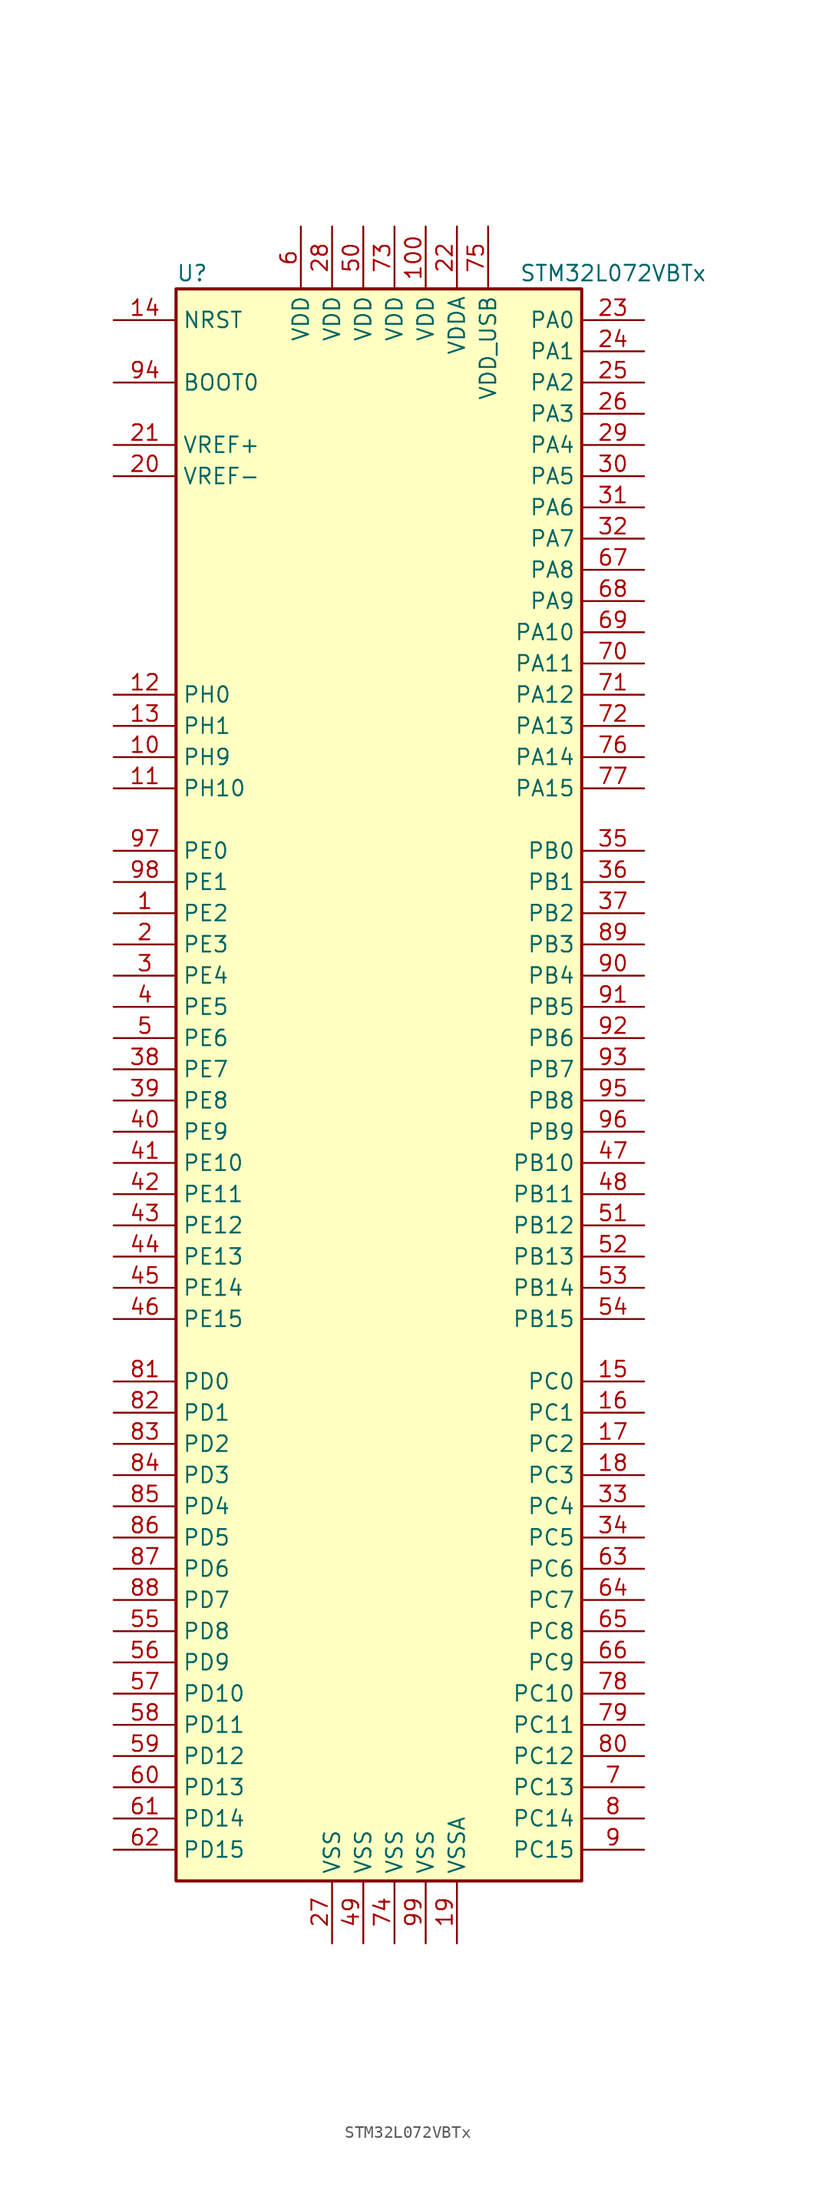
<source format=kicad_sym>
(kicad_symbol_lib
  (version 20201005)
  (generator kicad_symbol_editor)
  (symbol "MCU_ST_STM32L0:STM32L072VBTx"
    (property "Reference" "U"
      (at -17.78 64.77 0)
      (effects (font (size 1.27 1.27)) (justify left)))
    (property "Value" "STM32L072VBTx"
      (at 10.16 64.77 0)
      (effects (font (size 1.27 1.27)) (justify left)))
    (symbol "STM32L072VBTx_0_1"
      (rectangle (start -17.78 -66.04) (end 15.24 63.5) (stroke (width 0.254)) (fill (type background))))
    (symbol "STM32L072VBTx_1_1"
      (pin input line (at -22.86 55.88 0) (length 5.08) (name "BOOT0" (effects (font (size 1.27 1.27)))) (number "94" (effects (font (size 1.27 1.27)))))
      (pin input line (at -22.86 60.96 0) (length 5.08) (name "NRST" (effects (font (size 1.27 1.27)))) (number "14" (effects (font (size 1.27 1.27)))))
      (pin bidirectional line (at 20.32 60.96 180) (length 5.08) (name "PA0" (effects (font (size 1.27 1.27)))) (number "23" (effects (font (size 1.27 1.27)))))
      (pin bidirectional line (at 20.32 58.42 180) (length 5.08) (name "PA1" (effects (font (size 1.27 1.27)))) (number "24" (effects (font (size 1.27 1.27)))))
      (pin bidirectional line (at 20.32 35.56 180) (length 5.08) (name "PA10" (effects (font (size 1.27 1.27)))) (number "69" (effects (font (size 1.27 1.27)))))
      (pin bidirectional line (at 20.32 33.02 180) (length 5.08) (name "PA11" (effects (font (size 1.27 1.27)))) (number "70" (effects (font (size 1.27 1.27)))))
      (pin bidirectional line (at 20.32 30.48 180) (length 5.08) (name "PA12" (effects (font (size 1.27 1.27)))) (number "71" (effects (font (size 1.27 1.27)))))
      (pin bidirectional line (at 20.32 27.94 180) (length 5.08) (name "PA13" (effects (font (size 1.27 1.27)))) (number "72" (effects (font (size 1.27 1.27)))))
      (pin bidirectional line (at 20.32 25.4 180) (length 5.08) (name "PA14" (effects (font (size 1.27 1.27)))) (number "76" (effects (font (size 1.27 1.27)))))
      (pin bidirectional line (at 20.32 22.86 180) (length 5.08) (name "PA15" (effects (font (size 1.27 1.27)))) (number "77" (effects (font (size 1.27 1.27)))))
      (pin bidirectional line (at 20.32 55.88 180) (length 5.08) (name "PA2" (effects (font (size 1.27 1.27)))) (number "25" (effects (font (size 1.27 1.27)))))
      (pin bidirectional line (at 20.32 53.34 180) (length 5.08) (name "PA3" (effects (font (size 1.27 1.27)))) (number "26" (effects (font (size 1.27 1.27)))))
      (pin bidirectional line (at 20.32 50.8 180) (length 5.08) (name "PA4" (effects (font (size 1.27 1.27)))) (number "29" (effects (font (size 1.27 1.27)))))
      (pin bidirectional line (at 20.32 48.26 180) (length 5.08) (name "PA5" (effects (font (size 1.27 1.27)))) (number "30" (effects (font (size 1.27 1.27)))))
      (pin bidirectional line (at 20.32 45.72 180) (length 5.08) (name "PA6" (effects (font (size 1.27 1.27)))) (number "31" (effects (font (size 1.27 1.27)))))
      (pin bidirectional line (at 20.32 43.18 180) (length 5.08) (name "PA7" (effects (font (size 1.27 1.27)))) (number "32" (effects (font (size 1.27 1.27)))))
      (pin bidirectional line (at 20.32 40.64 180) (length 5.08) (name "PA8" (effects (font (size 1.27 1.27)))) (number "67" (effects (font (size 1.27 1.27)))))
      (pin bidirectional line (at 20.32 38.1 180) (length 5.08) (name "PA9" (effects (font (size 1.27 1.27)))) (number "68" (effects (font (size 1.27 1.27)))))
      (pin bidirectional line (at 20.32 17.78 180) (length 5.08) (name "PB0" (effects (font (size 1.27 1.27)))) (number "35" (effects (font (size 1.27 1.27)))))
      (pin bidirectional line (at 20.32 15.24 180) (length 5.08) (name "PB1" (effects (font (size 1.27 1.27)))) (number "36" (effects (font (size 1.27 1.27)))))
      (pin bidirectional line (at 20.32 -7.62 180) (length 5.08) (name "PB10" (effects (font (size 1.27 1.27)))) (number "47" (effects (font (size 1.27 1.27)))))
      (pin bidirectional line (at 20.32 -10.16 180) (length 5.08) (name "PB11" (effects (font (size 1.27 1.27)))) (number "48" (effects (font (size 1.27 1.27)))))
      (pin bidirectional line (at 20.32 -12.7 180) (length 5.08) (name "PB12" (effects (font (size 1.27 1.27)))) (number "51" (effects (font (size 1.27 1.27)))))
      (pin bidirectional line (at 20.32 -15.24 180) (length 5.08) (name "PB13" (effects (font (size 1.27 1.27)))) (number "52" (effects (font (size 1.27 1.27)))))
      (pin bidirectional line (at 20.32 -17.78 180) (length 5.08) (name "PB14" (effects (font (size 1.27 1.27)))) (number "53" (effects (font (size 1.27 1.27)))))
      (pin bidirectional line (at 20.32 -20.32 180) (length 5.08) (name "PB15" (effects (font (size 1.27 1.27)))) (number "54" (effects (font (size 1.27 1.27)))))
      (pin bidirectional line (at 20.32 12.7 180) (length 5.08) (name "PB2" (effects (font (size 1.27 1.27)))) (number "37" (effects (font (size 1.27 1.27)))))
      (pin bidirectional line (at 20.32 10.16 180) (length 5.08) (name "PB3" (effects (font (size 1.27 1.27)))) (number "89" (effects (font (size 1.27 1.27)))))
      (pin bidirectional line (at 20.32 7.62 180) (length 5.08) (name "PB4" (effects (font (size 1.27 1.27)))) (number "90" (effects (font (size 1.27 1.27)))))
      (pin bidirectional line (at 20.32 5.08 180) (length 5.08) (name "PB5" (effects (font (size 1.27 1.27)))) (number "91" (effects (font (size 1.27 1.27)))))
      (pin bidirectional line (at 20.32 2.54 180) (length 5.08) (name "PB6" (effects (font (size 1.27 1.27)))) (number "92" (effects (font (size 1.27 1.27)))))
      (pin bidirectional line (at 20.32 0 180) (length 5.08) (name "PB7" (effects (font (size 1.27 1.27)))) (number "93" (effects (font (size 1.27 1.27)))))
      (pin bidirectional line (at 20.32 -2.54 180) (length 5.08) (name "PB8" (effects (font (size 1.27 1.27)))) (number "95" (effects (font (size 1.27 1.27)))))
      (pin bidirectional line (at 20.32 -5.08 180) (length 5.08) (name "PB9" (effects (font (size 1.27 1.27)))) (number "96" (effects (font (size 1.27 1.27)))))
      (pin bidirectional line (at 20.32 -25.4 180) (length 5.08) (name "PC0" (effects (font (size 1.27 1.27)))) (number "15" (effects (font (size 1.27 1.27)))))
      (pin bidirectional line (at 20.32 -27.94 180) (length 5.08) (name "PC1" (effects (font (size 1.27 1.27)))) (number "16" (effects (font (size 1.27 1.27)))))
      (pin bidirectional line (at 20.32 -50.8 180) (length 5.08) (name "PC10" (effects (font (size 1.27 1.27)))) (number "78" (effects (font (size 1.27 1.27)))))
      (pin bidirectional line (at 20.32 -53.34 180) (length 5.08) (name "PC11" (effects (font (size 1.27 1.27)))) (number "79" (effects (font (size 1.27 1.27)))))
      (pin bidirectional line (at 20.32 -55.88 180) (length 5.08) (name "PC12" (effects (font (size 1.27 1.27)))) (number "80" (effects (font (size 1.27 1.27)))))
      (pin bidirectional line (at 20.32 -58.42 180) (length 5.08) (name "PC13" (effects (font (size 1.27 1.27)))) (number "7" (effects (font (size 1.27 1.27)))))
      (pin bidirectional line (at 20.32 -60.96 180) (length 5.08) (name "PC14" (effects (font (size 1.27 1.27)))) (number "8" (effects (font (size 1.27 1.27)))))
      (pin bidirectional line (at 20.32 -63.5 180) (length 5.08) (name "PC15" (effects (font (size 1.27 1.27)))) (number "9" (effects (font (size 1.27 1.27)))))
      (pin bidirectional line (at 20.32 -30.48 180) (length 5.08) (name "PC2" (effects (font (size 1.27 1.27)))) (number "17" (effects (font (size 1.27 1.27)))))
      (pin bidirectional line (at 20.32 -33.02 180) (length 5.08) (name "PC3" (effects (font (size 1.27 1.27)))) (number "18" (effects (font (size 1.27 1.27)))))
      (pin bidirectional line (at 20.32 -35.56 180) (length 5.08) (name "PC4" (effects (font (size 1.27 1.27)))) (number "33" (effects (font (size 1.27 1.27)))))
      (pin bidirectional line (at 20.32 -38.1 180) (length 5.08) (name "PC5" (effects (font (size 1.27 1.27)))) (number "34" (effects (font (size 1.27 1.27)))))
      (pin bidirectional line (at 20.32 -40.64 180) (length 5.08) (name "PC6" (effects (font (size 1.27 1.27)))) (number "63" (effects (font (size 1.27 1.27)))))
      (pin bidirectional line (at 20.32 -43.18 180) (length 5.08) (name "PC7" (effects (font (size 1.27 1.27)))) (number "64" (effects (font (size 1.27 1.27)))))
      (pin bidirectional line (at 20.32 -45.72 180) (length 5.08) (name "PC8" (effects (font (size 1.27 1.27)))) (number "65" (effects (font (size 1.27 1.27)))))
      (pin bidirectional line (at 20.32 -48.26 180) (length 5.08) (name "PC9" (effects (font (size 1.27 1.27)))) (number "66" (effects (font (size 1.27 1.27)))))
      (pin bidirectional line (at -22.86 -25.4 0) (length 5.08) (name "PD0" (effects (font (size 1.27 1.27)))) (number "81" (effects (font (size 1.27 1.27)))))
      (pin bidirectional line (at -22.86 -27.94 0) (length 5.08) (name "PD1" (effects (font (size 1.27 1.27)))) (number "82" (effects (font (size 1.27 1.27)))))
      (pin bidirectional line (at -22.86 -50.8 0) (length 5.08) (name "PD10" (effects (font (size 1.27 1.27)))) (number "57" (effects (font (size 1.27 1.27)))))
      (pin bidirectional line (at -22.86 -53.34 0) (length 5.08) (name "PD11" (effects (font (size 1.27 1.27)))) (number "58" (effects (font (size 1.27 1.27)))))
      (pin bidirectional line (at -22.86 -55.88 0) (length 5.08) (name "PD12" (effects (font (size 1.27 1.27)))) (number "59" (effects (font (size 1.27 1.27)))))
      (pin bidirectional line (at -22.86 -58.42 0) (length 5.08) (name "PD13" (effects (font (size 1.27 1.27)))) (number "60" (effects (font (size 1.27 1.27)))))
      (pin bidirectional line (at -22.86 -60.96 0) (length 5.08) (name "PD14" (effects (font (size 1.27 1.27)))) (number "61" (effects (font (size 1.27 1.27)))))
      (pin bidirectional line (at -22.86 -63.5 0) (length 5.08) (name "PD15" (effects (font (size 1.27 1.27)))) (number "62" (effects (font (size 1.27 1.27)))))
      (pin bidirectional line (at -22.86 -30.48 0) (length 5.08) (name "PD2" (effects (font (size 1.27 1.27)))) (number "83" (effects (font (size 1.27 1.27)))))
      (pin bidirectional line (at -22.86 -33.02 0) (length 5.08) (name "PD3" (effects (font (size 1.27 1.27)))) (number "84" (effects (font (size 1.27 1.27)))))
      (pin bidirectional line (at -22.86 -35.56 0) (length 5.08) (name "PD4" (effects (font (size 1.27 1.27)))) (number "85" (effects (font (size 1.27 1.27)))))
      (pin bidirectional line (at -22.86 -38.1 0) (length 5.08) (name "PD5" (effects (font (size 1.27 1.27)))) (number "86" (effects (font (size 1.27 1.27)))))
      (pin bidirectional line (at -22.86 -40.64 0) (length 5.08) (name "PD6" (effects (font (size 1.27 1.27)))) (number "87" (effects (font (size 1.27 1.27)))))
      (pin bidirectional line (at -22.86 -43.18 0) (length 5.08) (name "PD7" (effects (font (size 1.27 1.27)))) (number "88" (effects (font (size 1.27 1.27)))))
      (pin bidirectional line (at -22.86 -45.72 0) (length 5.08) (name "PD8" (effects (font (size 1.27 1.27)))) (number "55" (effects (font (size 1.27 1.27)))))
      (pin bidirectional line (at -22.86 -48.26 0) (length 5.08) (name "PD9" (effects (font (size 1.27 1.27)))) (number "56" (effects (font (size 1.27 1.27)))))
      (pin bidirectional line (at -22.86 17.78 0) (length 5.08) (name "PE0" (effects (font (size 1.27 1.27)))) (number "97" (effects (font (size 1.27 1.27)))))
      (pin bidirectional line (at -22.86 15.24 0) (length 5.08) (name "PE1" (effects (font (size 1.27 1.27)))) (number "98" (effects (font (size 1.27 1.27)))))
      (pin bidirectional line (at -22.86 -7.62 0) (length 5.08) (name "PE10" (effects (font (size 1.27 1.27)))) (number "41" (effects (font (size 1.27 1.27)))))
      (pin bidirectional line (at -22.86 -10.16 0) (length 5.08) (name "PE11" (effects (font (size 1.27 1.27)))) (number "42" (effects (font (size 1.27 1.27)))))
      (pin bidirectional line (at -22.86 -12.7 0) (length 5.08) (name "PE12" (effects (font (size 1.27 1.27)))) (number "43" (effects (font (size 1.27 1.27)))))
      (pin bidirectional line (at -22.86 -15.24 0) (length 5.08) (name "PE13" (effects (font (size 1.27 1.27)))) (number "44" (effects (font (size 1.27 1.27)))))
      (pin bidirectional line (at -22.86 -17.78 0) (length 5.08) (name "PE14" (effects (font (size 1.27 1.27)))) (number "45" (effects (font (size 1.27 1.27)))))
      (pin bidirectional line (at -22.86 -20.32 0) (length 5.08) (name "PE15" (effects (font (size 1.27 1.27)))) (number "46" (effects (font (size 1.27 1.27)))))
      (pin bidirectional line (at -22.86 12.7 0) (length 5.08) (name "PE2" (effects (font (size 1.27 1.27)))) (number "1" (effects (font (size 1.27 1.27)))))
      (pin bidirectional line (at -22.86 10.16 0) (length 5.08) (name "PE3" (effects (font (size 1.27 1.27)))) (number "2" (effects (font (size 1.27 1.27)))))
      (pin bidirectional line (at -22.86 7.62 0) (length 5.08) (name "PE4" (effects (font (size 1.27 1.27)))) (number "3" (effects (font (size 1.27 1.27)))))
      (pin bidirectional line (at -22.86 5.08 0) (length 5.08) (name "PE5" (effects (font (size 1.27 1.27)))) (number "4" (effects (font (size 1.27 1.27)))))
      (pin bidirectional line (at -22.86 2.54 0) (length 5.08) (name "PE6" (effects (font (size 1.27 1.27)))) (number "5" (effects (font (size 1.27 1.27)))))
      (pin bidirectional line (at -22.86 0 0) (length 5.08) (name "PE7" (effects (font (size 1.27 1.27)))) (number "38" (effects (font (size 1.27 1.27)))))
      (pin bidirectional line (at -22.86 -2.54 0) (length 5.08) (name "PE8" (effects (font (size 1.27 1.27)))) (number "39" (effects (font (size 1.27 1.27)))))
      (pin bidirectional line (at -22.86 -5.08 0) (length 5.08) (name "PE9" (effects (font (size 1.27 1.27)))) (number "40" (effects (font (size 1.27 1.27)))))
      (pin input line (at -22.86 30.48 0) (length 5.08) (name "PH0" (effects (font (size 1.27 1.27)))) (number "12" (effects (font (size 1.27 1.27)))))
      (pin input line (at -22.86 27.94 0) (length 5.08) (name "PH1" (effects (font (size 1.27 1.27)))) (number "13" (effects (font (size 1.27 1.27)))))
      (pin bidirectional line (at -22.86 22.86 0) (length 5.08) (name "PH10" (effects (font (size 1.27 1.27)))) (number "11" (effects (font (size 1.27 1.27)))))
      (pin bidirectional line (at -22.86 25.4 0) (length 5.08) (name "PH9" (effects (font (size 1.27 1.27)))) (number "10" (effects (font (size 1.27 1.27)))))
      (pin power_in line (at 2.54 68.58 270) (length 5.08) (name "VDD" (effects (font (size 1.27 1.27)))) (number "100" (effects (font (size 1.27 1.27)))))
      (pin power_in line (at -5.08 68.58 270) (length 5.08) (name "VDD" (effects (font (size 1.27 1.27)))) (number "28" (effects (font (size 1.27 1.27)))))
      (pin power_in line (at -2.54 68.58 270) (length 5.08) (name "VDD" (effects (font (size 1.27 1.27)))) (number "50" (effects (font (size 1.27 1.27)))))
      (pin power_in line (at -7.62 68.58 270) (length 5.08) (name "VDD" (effects (font (size 1.27 1.27)))) (number "6" (effects (font (size 1.27 1.27)))))
      (pin power_in line (at 0 68.58 270) (length 5.08) (name "VDD" (effects (font (size 1.27 1.27)))) (number "73" (effects (font (size 1.27 1.27)))))
      (pin power_in line (at 5.08 68.58 270) (length 5.08) (name "VDDA" (effects (font (size 1.27 1.27)))) (number "22" (effects (font (size 1.27 1.27)))))
      (pin power_in line (at 7.62 68.58 270) (length 5.08) (name "VDD_USB" (effects (font (size 1.27 1.27)))) (number "75" (effects (font (size 1.27 1.27)))))
      (pin power_in line (at -22.86 50.8 0) (length 5.08) (name "VREF+" (effects (font (size 1.27 1.27)))) (number "21" (effects (font (size 1.27 1.27)))))
      (pin power_in line (at -22.86 48.26 0) (length 5.08) (name "VREF-" (effects (font (size 1.27 1.27)))) (number "20" (effects (font (size 1.27 1.27)))))
      (pin power_in line (at -5.08 -71.12 90) (length 5.08) (name "VSS" (effects (font (size 1.27 1.27)))) (number "27" (effects (font (size 1.27 1.27)))))
      (pin power_in line (at -2.54 -71.12 90) (length 5.08) (name "VSS" (effects (font (size 1.27 1.27)))) (number "49" (effects (font (size 1.27 1.27)))))
      (pin power_in line (at 0 -71.12 90) (length 5.08) (name "VSS" (effects (font (size 1.27 1.27)))) (number "74" (effects (font (size 1.27 1.27)))))
      (pin power_in line (at 2.54 -71.12 90) (length 5.08) (name "VSS" (effects (font (size 1.27 1.27)))) (number "99" (effects (font (size 1.27 1.27)))))
      (pin power_in line (at 5.08 -71.12 90) (length 5.08) (name "VSSA" (effects (font (size 1.27 1.27)))) (number "19" (effects (font (size 1.27 1.27))))))))
</source>
